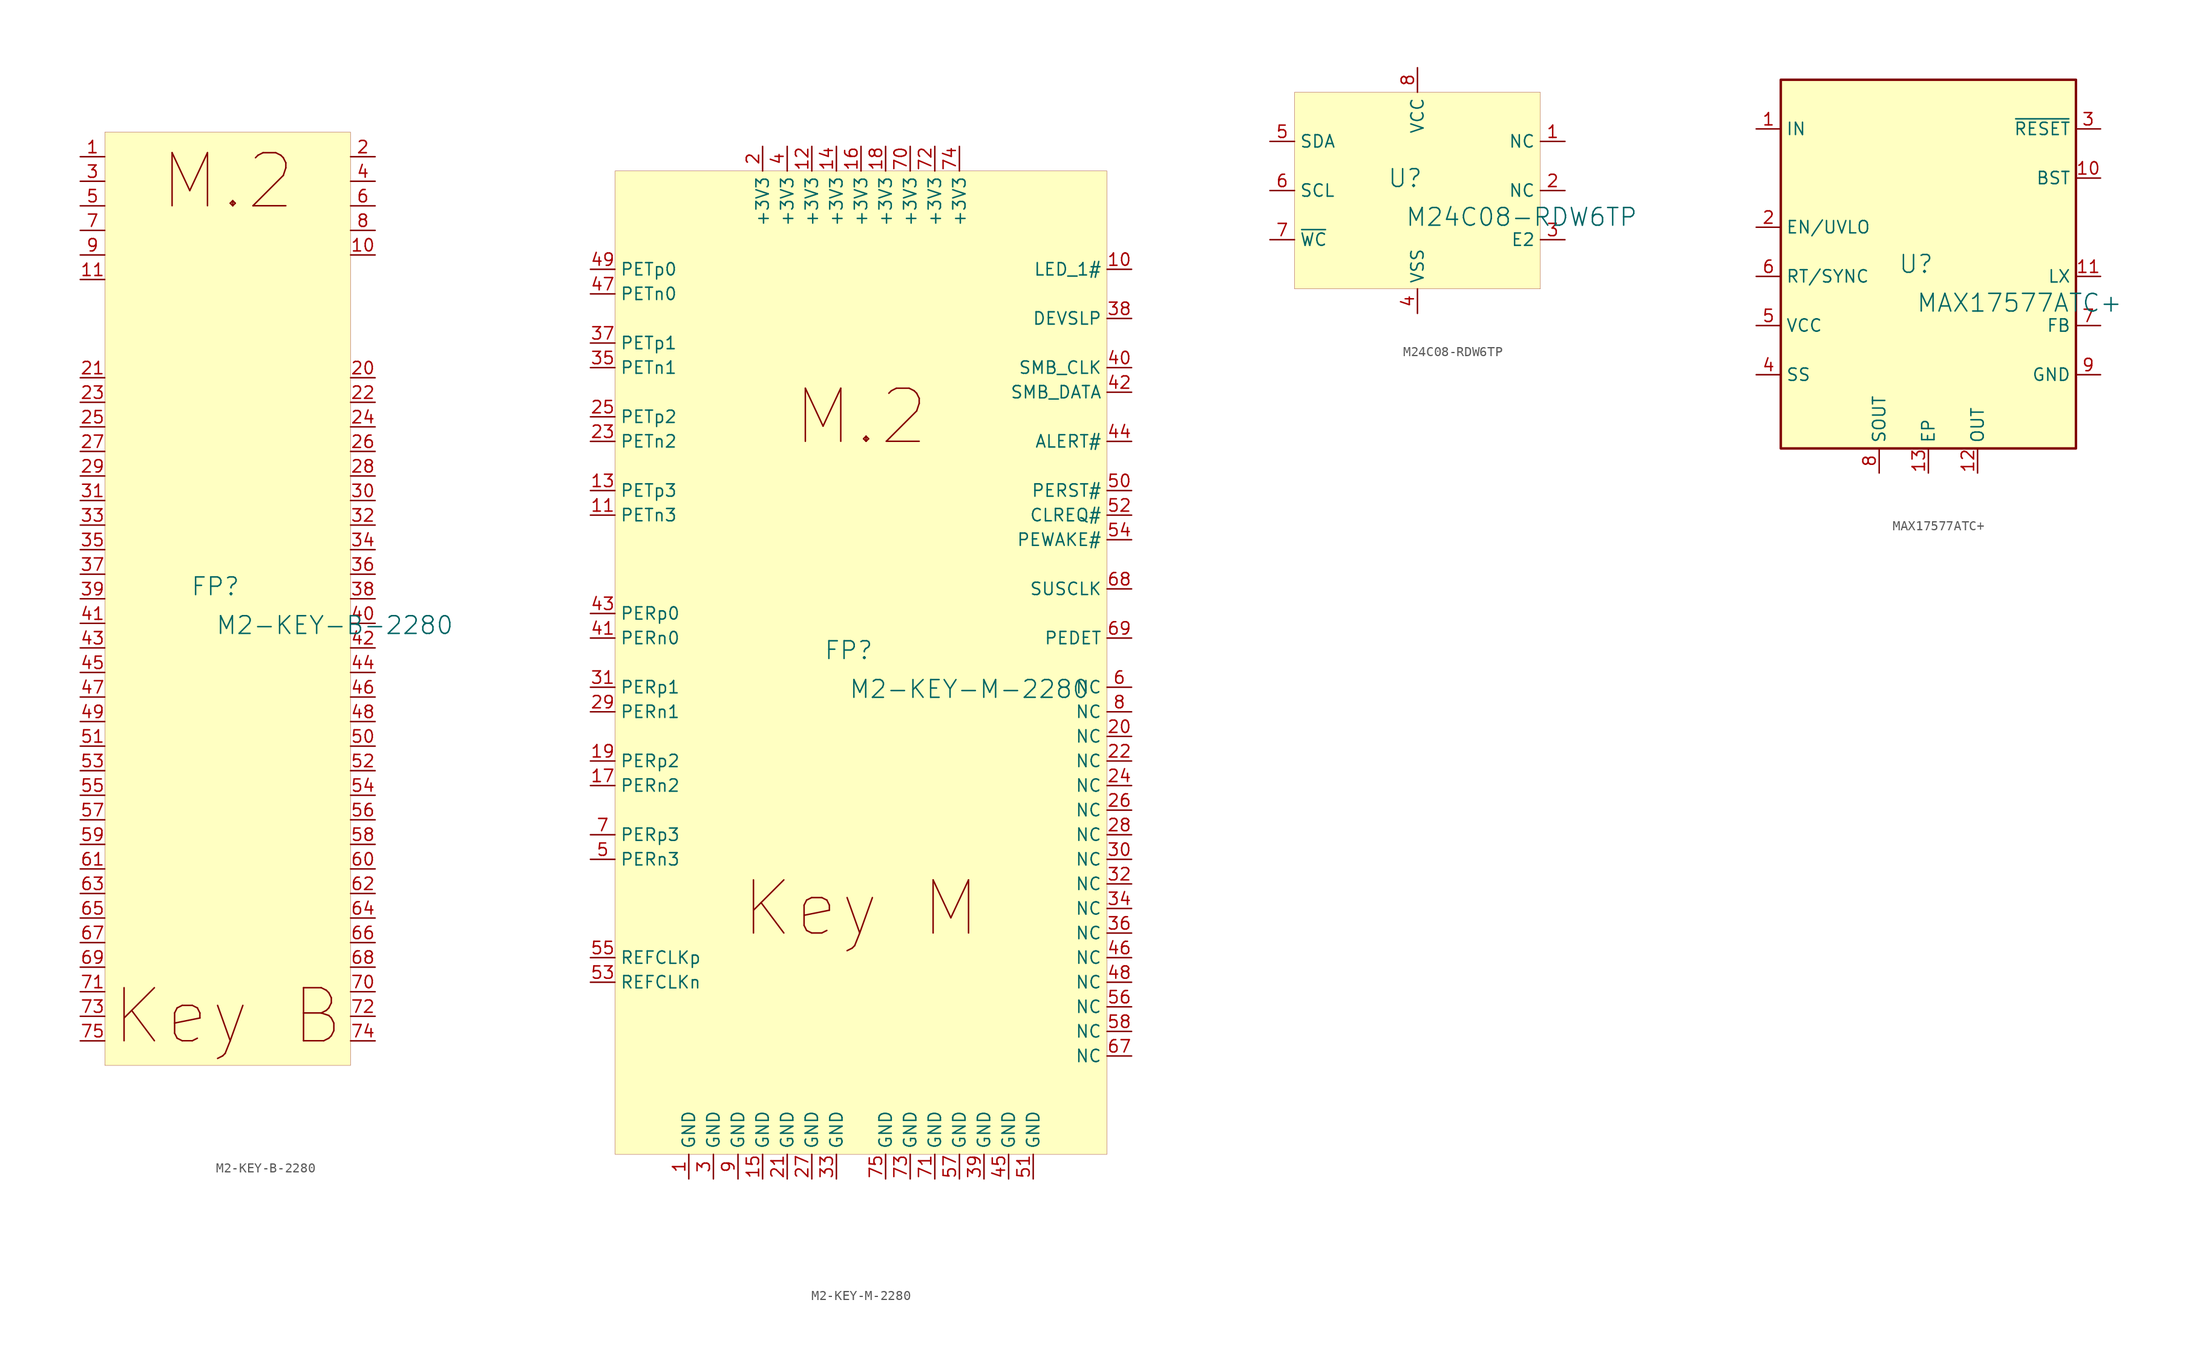
<source format=kicad_sym>
(kicad_symbol_lib
  (version 20231120)
  (generator "kicad_symbol_editor")
  (generator_version "8.0")
  (symbol "M2-KEY-B-2280"
    (property "Reference" "FP"
      (at -1.27 1.27 0)
      (effects (font (size 1.829 1.829))))
    (property "Value" "M2-KEY-B-2280"
      (at -1.27 -3.81 0)
      (effects (font (size 1.829 1.829)) (justify left bottom)))
    (symbol "M2-KEY-B-2280_1_0"
      (rectangle (start 12.7 48.26) (end -12.7 -48.26) (stroke (width 0.025) (type solid) (color 128 0 0 1)) (fill (type background)))
      (text "Key B" (at 0 -43.18 0) (effects (font (size 5.486 5.486))))
      (text "M.2" (at 0 43.18 0) (effects (font (size 5.486 5.486))))
      (pin passive line (at -15.24 45.72 0) (length 2.54) (name "" (effects (font (size 0 0)))) (number "1" (effects (font (size 1.27 1.27)))))
      (pin passive line (at 15.24 35.56 180) (length 2.54) (name "" (effects (font (size 0 0)))) (number "10" (effects (font (size 1.27 1.27)))))
      (pin passive line (at -15.24 33.02 0) (length 2.54) (name "" (effects (font (size 0 0)))) (number "11" (effects (font (size 1.27 1.27)))))
      (pin passive line (at 15.24 45.72 180) (length 2.54) (name "" (effects (font (size 0 0)))) (number "2" (effects (font (size 1.27 1.27)))))
      (pin passive line (at 15.24 22.86 180) (length 2.54) (name "" (effects (font (size 0 0)))) (number "20" (effects (font (size 1.27 1.27)))))
      (pin passive line (at -15.24 22.86 0) (length 2.54) (name "" (effects (font (size 0 0)))) (number "21" (effects (font (size 1.27 1.27)))))
      (pin passive line (at 15.24 20.32 180) (length 2.54) (name "" (effects (font (size 0 0)))) (number "22" (effects (font (size 1.27 1.27)))))
      (pin passive line (at -15.24 20.32 0) (length 2.54) (name "" (effects (font (size 0 0)))) (number "23" (effects (font (size 1.27 1.27)))))
      (pin passive line (at 15.24 17.78 180) (length 2.54) (name "" (effects (font (size 0 0)))) (number "24" (effects (font (size 1.27 1.27)))))
      (pin passive line (at -15.24 17.78 0) (length 2.54) (name "" (effects (font (size 0 0)))) (number "25" (effects (font (size 1.27 1.27)))))
      (pin passive line (at 15.24 15.24 180) (length 2.54) (name "" (effects (font (size 0 0)))) (number "26" (effects (font (size 1.27 1.27)))))
      (pin passive line (at -15.24 15.24 0) (length 2.54) (name "" (effects (font (size 0 0)))) (number "27" (effects (font (size 1.27 1.27)))))
      (pin passive line (at 15.24 12.7 180) (length 2.54) (name "" (effects (font (size 0 0)))) (number "28" (effects (font (size 1.27 1.27)))))
      (pin passive line (at -15.24 12.7 0) (length 2.54) (name "" (effects (font (size 0 0)))) (number "29" (effects (font (size 1.27 1.27)))))
      (pin passive line (at -15.24 43.18 0) (length 2.54) (name "" (effects (font (size 0 0)))) (number "3" (effects (font (size 1.27 1.27)))))
      (pin passive line (at 15.24 10.16 180) (length 2.54) (name "" (effects (font (size 0 0)))) (number "30" (effects (font (size 1.27 1.27)))))
      (pin passive line (at -15.24 10.16 0) (length 2.54) (name "" (effects (font (size 0 0)))) (number "31" (effects (font (size 1.27 1.27)))))
      (pin passive line (at 15.24 7.62 180) (length 2.54) (name "" (effects (font (size 0 0)))) (number "32" (effects (font (size 1.27 1.27)))))
      (pin passive line (at -15.24 7.62 0) (length 2.54) (name "" (effects (font (size 0 0)))) (number "33" (effects (font (size 1.27 1.27)))))
      (pin passive line (at 15.24 5.08 180) (length 2.54) (name "" (effects (font (size 0 0)))) (number "34" (effects (font (size 1.27 1.27)))))
      (pin passive line (at -15.24 5.08 0) (length 2.54) (name "" (effects (font (size 0 0)))) (number "35" (effects (font (size 1.27 1.27)))))
      (pin passive line (at 15.24 2.54 180) (length 2.54) (name "" (effects (font (size 0 0)))) (number "36" (effects (font (size 1.27 1.27)))))
      (pin passive line (at -15.24 2.54 0) (length 2.54) (name "" (effects (font (size 0 0)))) (number "37" (effects (font (size 1.27 1.27)))))
      (pin passive line (at 15.24 0 180) (length 2.54) (name "" (effects (font (size 0 0)))) (number "38" (effects (font (size 1.27 1.27)))))
      (pin passive line (at -15.24 0 0) (length 2.54) (name "" (effects (font (size 0 0)))) (number "39" (effects (font (size 1.27 1.27)))))
      (pin passive line (at 15.24 43.18 180) (length 2.54) (name "" (effects (font (size 0 0)))) (number "4" (effects (font (size 1.27 1.27)))))
      (pin passive line (at 15.24 -2.54 180) (length 2.54) (name "" (effects (font (size 0 0)))) (number "40" (effects (font (size 1.27 1.27)))))
      (pin passive line (at -15.24 -2.54 0) (length 2.54) (name "" (effects (font (size 0 0)))) (number "41" (effects (font (size 1.27 1.27)))))
      (pin passive line (at 15.24 -5.08 180) (length 2.54) (name "" (effects (font (size 0 0)))) (number "42" (effects (font (size 1.27 1.27)))))
      (pin passive line (at -15.24 -5.08 0) (length 2.54) (name "" (effects (font (size 0 0)))) (number "43" (effects (font (size 1.27 1.27)))))
      (pin passive line (at 15.24 -7.62 180) (length 2.54) (name "" (effects (font (size 0 0)))) (number "44" (effects (font (size 1.27 1.27)))))
      (pin passive line (at -15.24 -7.62 0) (length 2.54) (name "" (effects (font (size 0 0)))) (number "45" (effects (font (size 1.27 1.27)))))
      (pin passive line (at 15.24 -10.16 180) (length 2.54) (name "" (effects (font (size 0 0)))) (number "46" (effects (font (size 1.27 1.27)))))
      (pin passive line (at -15.24 -10.16 0) (length 2.54) (name "" (effects (font (size 0 0)))) (number "47" (effects (font (size 1.27 1.27)))))
      (pin passive line (at 15.24 -12.7 180) (length 2.54) (name "" (effects (font (size 0 0)))) (number "48" (effects (font (size 1.27 1.27)))))
      (pin passive line (at -15.24 -12.7 0) (length 2.54) (name "" (effects (font (size 0 0)))) (number "49" (effects (font (size 1.27 1.27)))))
      (pin passive line (at -15.24 40.64 0) (length 2.54) (name "" (effects (font (size 0 0)))) (number "5" (effects (font (size 1.27 1.27)))))
      (pin passive line (at 15.24 -15.24 180) (length 2.54) (name "" (effects (font (size 0 0)))) (number "50" (effects (font (size 1.27 1.27)))))
      (pin passive line (at -15.24 -15.24 0) (length 2.54) (name "" (effects (font (size 0 0)))) (number "51" (effects (font (size 1.27 1.27)))))
      (pin passive line (at 15.24 -17.78 180) (length 2.54) (name "" (effects (font (size 0 0)))) (number "52" (effects (font (size 1.27 1.27)))))
      (pin passive line (at -15.24 -17.78 0) (length 2.54) (name "" (effects (font (size 0 0)))) (number "53" (effects (font (size 1.27 1.27)))))
      (pin passive line (at 15.24 -20.32 180) (length 2.54) (name "" (effects (font (size 0 0)))) (number "54" (effects (font (size 1.27 1.27)))))
      (pin passive line (at -15.24 -20.32 0) (length 2.54) (name "" (effects (font (size 0 0)))) (number "55" (effects (font (size 1.27 1.27)))))
      (pin passive line (at 15.24 -22.86 180) (length 2.54) (name "" (effects (font (size 0 0)))) (number "56" (effects (font (size 1.27 1.27)))))
      (pin passive line (at -15.24 -22.86 0) (length 2.54) (name "" (effects (font (size 0 0)))) (number "57" (effects (font (size 1.27 1.27)))))
      (pin passive line (at 15.24 -25.4 180) (length 2.54) (name "" (effects (font (size 0 0)))) (number "58" (effects (font (size 1.27 1.27)))))
      (pin passive line (at -15.24 -25.4 0) (length 2.54) (name "" (effects (font (size 0 0)))) (number "59" (effects (font (size 1.27 1.27)))))
      (pin passive line (at 15.24 40.64 180) (length 2.54) (name "" (effects (font (size 0 0)))) (number "6" (effects (font (size 1.27 1.27)))))
      (pin passive line (at 15.24 -27.94 180) (length 2.54) (name "" (effects (font (size 0 0)))) (number "60" (effects (font (size 1.27 1.27)))))
      (pin passive line (at -15.24 -27.94 0) (length 2.54) (name "" (effects (font (size 0 0)))) (number "61" (effects (font (size 1.27 1.27)))))
      (pin passive line (at 15.24 -30.48 180) (length 2.54) (name "" (effects (font (size 0 0)))) (number "62" (effects (font (size 1.27 1.27)))))
      (pin passive line (at -15.24 -30.48 0) (length 2.54) (name "" (effects (font (size 0 0)))) (number "63" (effects (font (size 1.27 1.27)))))
      (pin passive line (at 15.24 -33.02 180) (length 2.54) (name "" (effects (font (size 0 0)))) (number "64" (effects (font (size 1.27 1.27)))))
      (pin passive line (at -15.24 -33.02 0) (length 2.54) (name "" (effects (font (size 0 0)))) (number "65" (effects (font (size 1.27 1.27)))))
      (pin passive line (at 15.24 -35.56 180) (length 2.54) (name "" (effects (font (size 0 0)))) (number "66" (effects (font (size 1.27 1.27)))))
      (pin passive line (at -15.24 -35.56 0) (length 2.54) (name "" (effects (font (size 0 0)))) (number "67" (effects (font (size 1.27 1.27)))))
      (pin passive line (at 15.24 -38.1 180) (length 2.54) (name "" (effects (font (size 0 0)))) (number "68" (effects (font (size 1.27 1.27)))))
      (pin passive line (at -15.24 -38.1 0) (length 2.54) (name "" (effects (font (size 0 0)))) (number "69" (effects (font (size 1.27 1.27)))))
      (pin passive line (at -15.24 38.1 0) (length 2.54) (name "" (effects (font (size 0 0)))) (number "7" (effects (font (size 1.27 1.27)))))
      (pin passive line (at 15.24 -40.64 180) (length 2.54) (name "" (effects (font (size 0 0)))) (number "70" (effects (font (size 1.27 1.27)))))
      (pin passive line (at -15.24 -40.64 0) (length 2.54) (name "" (effects (font (size 0 0)))) (number "71" (effects (font (size 1.27 1.27)))))
      (pin passive line (at 15.24 -43.18 180) (length 2.54) (name "" (effects (font (size 0 0)))) (number "72" (effects (font (size 1.27 1.27)))))
      (pin passive line (at -15.24 -43.18 0) (length 2.54) (name "" (effects (font (size 0 0)))) (number "73" (effects (font (size 1.27 1.27)))))
      (pin passive line (at 15.24 -45.72 180) (length 2.54) (name "" (effects (font (size 0 0)))) (number "74" (effects (font (size 1.27 1.27)))))
      (pin passive line (at -15.24 -45.72 0) (length 2.54) (name "" (effects (font (size 0 0)))) (number "75" (effects (font (size 1.27 1.27)))))
      (pin passive line (at 15.24 38.1 180) (length 2.54) (name "" (effects (font (size 0 0)))) (number "8" (effects (font (size 1.27 1.27)))))
      (pin passive line (at -15.24 35.56 0) (length 2.54) (name "" (effects (font (size 0 0)))) (number "9" (effects (font (size 1.27 1.27)))))))
  (symbol "M2-KEY-M-2280"
    (property "Reference" "FP"
      (at -1.27 1.27 0)
      (effects (font (size 1.829 1.829))))
    (property "Value" "M2-KEY-M-2280"
      (at -1.27 -3.81 0)
      (effects (font (size 1.829 1.829)) (justify left bottom)))
    (symbol "M2-KEY-M-2280_1_0"
      (rectangle (start 25.4 50.8) (end -25.4 -50.8) (stroke (width 0.025) (type solid) (color 128 0 0 1)) (fill (type background)))
      (text "Key M" (at 0 -25.4 0) (effects (font (size 5.486 5.486))))
      (text "M.2" (at 0 25.4 0) (effects (font (size 5.486 5.486))))
      (pin power_in line (at -17.78 -53.34 90) (length 2.54) (name "GND" (effects (font (size 1.27 1.27)))) (number "1" (effects (font (size 1.27 1.27)))))
      (pin passive line (at 27.94 40.64 180) (length 2.54) (name "LED_1#" (effects (font (size 1.27 1.27)))) (number "10" (effects (font (size 1.27 1.27)))))
      (pin input line (at -27.94 15.24 0) (length 2.54) (name "PETn3" (effects (font (size 1.27 1.27)))) (number "11" (effects (font (size 1.27 1.27)))))
      (pin power_in line (at -5.08 53.34 270) (length 2.54) (name "+3V3" (effects (font (size 1.27 1.27)))) (number "12" (effects (font (size 1.27 1.27)))))
      (pin input line (at -27.94 17.78 0) (length 2.54) (name "PETp3" (effects (font (size 1.27 1.27)))) (number "13" (effects (font (size 1.27 1.27)))))
      (pin power_in line (at -2.54 53.34 270) (length 2.54) (name "+3V3" (effects (font (size 1.27 1.27)))) (number "14" (effects (font (size 1.27 1.27)))))
      (pin power_in line (at -10.16 -53.34 90) (length 2.54) (name "GND" (effects (font (size 1.27 1.27)))) (number "15" (effects (font (size 1.27 1.27)))))
      (pin power_in line (at 0 53.34 270) (length 2.54) (name "+3V3" (effects (font (size 1.27 1.27)))) (number "16" (effects (font (size 1.27 1.27)))))
      (pin output line (at -27.94 -12.7 0) (length 2.54) (name "PERn2" (effects (font (size 1.27 1.27)))) (number "17" (effects (font (size 1.27 1.27)))))
      (pin power_in line (at 2.54 53.34 270) (length 2.54) (name "+3V3" (effects (font (size 1.27 1.27)))) (number "18" (effects (font (size 1.27 1.27)))))
      (pin output line (at -27.94 -10.16 0) (length 2.54) (name "PERp2" (effects (font (size 1.27 1.27)))) (number "19" (effects (font (size 1.27 1.27)))))
      (pin power_in line (at -10.16 53.34 270) (length 2.54) (name "+3V3" (effects (font (size 1.27 1.27)))) (number "2" (effects (font (size 1.27 1.27)))))
      (pin passive line (at 27.94 -7.62 180) (length 2.54) (name "NC" (effects (font (size 1.27 1.27)))) (number "20" (effects (font (size 1.27 1.27)))))
      (pin power_in line (at -7.62 -53.34 90) (length 2.54) (name "GND" (effects (font (size 1.27 1.27)))) (number "21" (effects (font (size 1.27 1.27)))))
      (pin passive line (at 27.94 -10.16 180) (length 2.54) (name "NC" (effects (font (size 1.27 1.27)))) (number "22" (effects (font (size 1.27 1.27)))))
      (pin input line (at -27.94 22.86 0) (length 2.54) (name "PETn2" (effects (font (size 1.27 1.27)))) (number "23" (effects (font (size 1.27 1.27)))))
      (pin passive line (at 27.94 -12.7 180) (length 2.54) (name "NC" (effects (font (size 1.27 1.27)))) (number "24" (effects (font (size 1.27 1.27)))))
      (pin input line (at -27.94 25.4 0) (length 2.54) (name "PETp2" (effects (font (size 1.27 1.27)))) (number "25" (effects (font (size 1.27 1.27)))))
      (pin passive line (at 27.94 -15.24 180) (length 2.54) (name "NC" (effects (font (size 1.27 1.27)))) (number "26" (effects (font (size 1.27 1.27)))))
      (pin power_in line (at -5.08 -53.34 90) (length 2.54) (name "GND" (effects (font (size 1.27 1.27)))) (number "27" (effects (font (size 1.27 1.27)))))
      (pin passive line (at 27.94 -17.78 180) (length 2.54) (name "NC" (effects (font (size 1.27 1.27)))) (number "28" (effects (font (size 1.27 1.27)))))
      (pin output line (at -27.94 -5.08 0) (length 2.54) (name "PERn1" (effects (font (size 1.27 1.27)))) (number "29" (effects (font (size 1.27 1.27)))))
      (pin power_in line (at -15.24 -53.34 90) (length 2.54) (name "GND" (effects (font (size 1.27 1.27)))) (number "3" (effects (font (size 1.27 1.27)))))
      (pin passive line (at 27.94 -20.32 180) (length 2.54) (name "NC" (effects (font (size 1.27 1.27)))) (number "30" (effects (font (size 1.27 1.27)))))
      (pin output line (at -27.94 -2.54 0) (length 2.54) (name "PERp1" (effects (font (size 1.27 1.27)))) (number "31" (effects (font (size 1.27 1.27)))))
      (pin passive line (at 27.94 -22.86 180) (length 2.54) (name "NC" (effects (font (size 1.27 1.27)))) (number "32" (effects (font (size 1.27 1.27)))))
      (pin power_in line (at -2.54 -53.34 90) (length 2.54) (name "GND" (effects (font (size 1.27 1.27)))) (number "33" (effects (font (size 1.27 1.27)))))
      (pin passive line (at 27.94 -25.4 180) (length 2.54) (name "NC" (effects (font (size 1.27 1.27)))) (number "34" (effects (font (size 1.27 1.27)))))
      (pin input line (at -27.94 30.48 0) (length 2.54) (name "PETn1" (effects (font (size 1.27 1.27)))) (number "35" (effects (font (size 1.27 1.27)))))
      (pin passive line (at 27.94 -27.94 180) (length 2.54) (name "NC" (effects (font (size 1.27 1.27)))) (number "36" (effects (font (size 1.27 1.27)))))
      (pin input line (at -27.94 33.02 0) (length 2.54) (name "PETp1" (effects (font (size 1.27 1.27)))) (number "37" (effects (font (size 1.27 1.27)))))
      (pin passive line (at 27.94 35.56 180) (length 2.54) (name "DEVSLP" (effects (font (size 1.27 1.27)))) (number "38" (effects (font (size 1.27 1.27)))))
      (pin power_in line (at 12.7 -53.34 90) (length 2.54) (name "GND" (effects (font (size 1.27 1.27)))) (number "39" (effects (font (size 1.27 1.27)))))
      (pin power_in line (at -7.62 53.34 270) (length 2.54) (name "+3V3" (effects (font (size 1.27 1.27)))) (number "4" (effects (font (size 1.27 1.27)))))
      (pin output line (at 27.94 30.48 180) (length 2.54) (name "SMB_CLK" (effects (font (size 1.27 1.27)))) (number "40" (effects (font (size 1.27 1.27)))))
      (pin output line (at -27.94 2.54 0) (length 2.54) (name "PERn0" (effects (font (size 1.27 1.27)))) (number "41" (effects (font (size 1.27 1.27)))))
      (pin bidirectional line (at 27.94 27.94 180) (length 2.54) (name "SMB_DATA" (effects (font (size 1.27 1.27)))) (number "42" (effects (font (size 1.27 1.27)))))
      (pin output line (at -27.94 5.08 0) (length 2.54) (name "PERp0" (effects (font (size 1.27 1.27)))) (number "43" (effects (font (size 1.27 1.27)))))
      (pin passive line (at 27.94 22.86 180) (length 2.54) (name "ALERT#" (effects (font (size 1.27 1.27)))) (number "44" (effects (font (size 1.27 1.27)))))
      (pin power_in line (at 15.24 -53.34 90) (length 2.54) (name "GND" (effects (font (size 1.27 1.27)))) (number "45" (effects (font (size 1.27 1.27)))))
      (pin passive line (at 27.94 -30.48 180) (length 2.54) (name "NC" (effects (font (size 1.27 1.27)))) (number "46" (effects (font (size 1.27 1.27)))))
      (pin input line (at -27.94 38.1 0) (length 2.54) (name "PETn0" (effects (font (size 1.27 1.27)))) (number "47" (effects (font (size 1.27 1.27)))))
      (pin passive line (at 27.94 -33.02 180) (length 2.54) (name "NC" (effects (font (size 1.27 1.27)))) (number "48" (effects (font (size 1.27 1.27)))))
      (pin input line (at -27.94 40.64 0) (length 2.54) (name "PETp0" (effects (font (size 1.27 1.27)))) (number "49" (effects (font (size 1.27 1.27)))))
      (pin output line (at -27.94 -20.32 0) (length 2.54) (name "PERn3" (effects (font (size 1.27 1.27)))) (number "5" (effects (font (size 1.27 1.27)))))
      (pin passive line (at 27.94 17.78 180) (length 2.54) (name "PERST#" (effects (font (size 1.27 1.27)))) (number "50" (effects (font (size 1.27 1.27)))))
      (pin power_in line (at 17.78 -53.34 90) (length 2.54) (name "GND" (effects (font (size 1.27 1.27)))) (number "51" (effects (font (size 1.27 1.27)))))
      (pin passive line (at 27.94 15.24 180) (length 2.54) (name "CLREQ#" (effects (font (size 1.27 1.27)))) (number "52" (effects (font (size 1.27 1.27)))))
      (pin output line (at -27.94 -33.02 0) (length 2.54) (name "REFCLKn" (effects (font (size 1.27 1.27)))) (number "53" (effects (font (size 1.27 1.27)))))
      (pin passive line (at 27.94 12.7 180) (length 2.54) (name "PEWAKE#" (effects (font (size 1.27 1.27)))) (number "54" (effects (font (size 1.27 1.27)))))
      (pin output line (at -27.94 -30.48 0) (length 2.54) (name "REFCLKp" (effects (font (size 1.27 1.27)))) (number "55" (effects (font (size 1.27 1.27)))))
      (pin passive line (at 27.94 -35.56 180) (length 2.54) (name "NC" (effects (font (size 1.27 1.27)))) (number "56" (effects (font (size 1.27 1.27)))))
      (pin power_in line (at 10.16 -53.34 90) (length 2.54) (name "GND" (effects (font (size 1.27 1.27)))) (number "57" (effects (font (size 1.27 1.27)))))
      (pin passive line (at 27.94 -38.1 180) (length 2.54) (name "NC" (effects (font (size 1.27 1.27)))) (number "58" (effects (font (size 1.27 1.27)))))
      (pin passive line (at 27.94 -2.54 180) (length 2.54) (name "NC" (effects (font (size 1.27 1.27)))) (number "6" (effects (font (size 1.27 1.27)))))
      (pin passive line (at 27.94 -40.64 180) (length 2.54) (name "NC" (effects (font (size 1.27 1.27)))) (number "67" (effects (font (size 1.27 1.27)))))
      (pin output line (at 27.94 7.62 180) (length 2.54) (name "SUSCLK" (effects (font (size 1.27 1.27)))) (number "68" (effects (font (size 1.27 1.27)))))
      (pin passive line (at 27.94 2.54 180) (length 2.54) (name "PEDET" (effects (font (size 1.27 1.27)))) (number "69" (effects (font (size 1.27 1.27)))))
      (pin output line (at -27.94 -17.78 0) (length 2.54) (name "PERp3" (effects (font (size 1.27 1.27)))) (number "7" (effects (font (size 1.27 1.27)))))
      (pin power_in line (at 5.08 53.34 270) (length 2.54) (name "+3V3" (effects (font (size 1.27 1.27)))) (number "70" (effects (font (size 1.27 1.27)))))
      (pin power_in line (at 7.62 -53.34 90) (length 2.54) (name "GND" (effects (font (size 1.27 1.27)))) (number "71" (effects (font (size 1.27 1.27)))))
      (pin power_in line (at 7.62 53.34 270) (length 2.54) (name "+3V3" (effects (font (size 1.27 1.27)))) (number "72" (effects (font (size 1.27 1.27)))))
      (pin power_in line (at 5.08 -53.34 90) (length 2.54) (name "GND" (effects (font (size 1.27 1.27)))) (number "73" (effects (font (size 1.27 1.27)))))
      (pin power_in line (at 10.16 53.34 270) (length 2.54) (name "+3V3" (effects (font (size 1.27 1.27)))) (number "74" (effects (font (size 1.27 1.27)))))
      (pin power_in line (at 2.54 -53.34 90) (length 2.54) (name "GND" (effects (font (size 1.27 1.27)))) (number "75" (effects (font (size 1.27 1.27)))))
      (pin passive line (at 27.94 -5.08 180) (length 2.54) (name "NC" (effects (font (size 1.27 1.27)))) (number "8" (effects (font (size 1.27 1.27)))))
      (pin power_in line (at -12.7 -53.34 90) (length 2.54) (name "GND" (effects (font (size 1.27 1.27)))) (number "9" (effects (font (size 1.27 1.27)))))))
  (symbol "M24C08-RDW6TP"
    (property "Reference" "U"
      (at -1.27 1.27 0)
      (effects (font (size 1.829 1.829))))
    (property "Value" "M24C08-RDW6TP"
      (at -1.27 -3.81 0)
      (effects (font (size 1.829 1.829)) (justify left bottom)))
    (symbol "M24C08-RDW6TP_1_0"
      (rectangle (start 12.7 10.16) (end -12.7 -10.16) (stroke (width 0.025) (type solid) (color 128 0 0 1)) (fill (type background)))
      (pin passive line (at 15.24 5.08 180) (length 2.54) (name "NC" (effects (font (size 1.27 1.27)))) (number "1" (effects (font (size 1.27 1.27)))))
      (pin passive line (at 15.24 0 180) (length 2.54) (name "NC" (effects (font (size 1.27 1.27)))) (number "2" (effects (font (size 1.27 1.27)))))
      (pin passive line (at 15.24 -5.08 180) (length 2.54) (name "E2" (effects (font (size 1.27 1.27)))) (number "3" (effects (font (size 1.27 1.27)))))
      (pin passive line (at 0 -12.7 90) (length 2.54) (name "VSS" (effects (font (size 1.27 1.27)))) (number "4" (effects (font (size 1.27 1.27)))))
      (pin passive line (at -15.24 5.08 0) (length 2.54) (name "SDA" (effects (font (size 1.27 1.27)))) (number "5" (effects (font (size 1.27 1.27)))))
      (pin passive line (at -15.24 0 0) (length 2.54) (name "SCL" (effects (font (size 1.27 1.27)))) (number "6" (effects (font (size 1.27 1.27)))))
      (pin passive line (at -15.24 -5.08 0) (length 2.54) (name "~{WC}" (effects (font (size 1.27 1.27)))) (number "7" (effects (font (size 1.27 1.27)))))
      (pin passive line (at 0 12.7 270) (length 2.54) (name "VCC" (effects (font (size 1.27 1.27)))) (number "8" (effects (font (size 1.27 1.27)))))))
  (symbol "MAX17577ATC+"
    (property "Reference" "U"
      (at -1.27 1.27 0)
      (effects (font (size 1.829 1.829))))
    (property "Value" "MAX17577ATC+"
      (at -1.27 -3.81 0)
      (effects (font (size 1.829 1.829)) (justify left bottom)))
    (symbol "MAX17577ATC+_1_0"
      (rectangle (start 15.24 20.32) (end -15.24 -17.78) (stroke (width 0.254) (type solid) (color 128 0 0 1)) (fill (type background)))
      (pin passive line (at -17.78 15.24 0) (length 2.54) (name "IN" (effects (font (size 1.27 1.27)))) (number "1" (effects (font (size 1.27 1.27)))))
      (pin passive line (at 17.78 10.16 180) (length 2.54) (name "BST" (effects (font (size 1.27 1.27)))) (number "10" (effects (font (size 1.27 1.27)))))
      (pin passive line (at 17.78 0 180) (length 2.54) (name "LX" (effects (font (size 1.27 1.27)))) (number "11" (effects (font (size 1.27 1.27)))))
      (pin passive line (at 5.08 -20.32 90) (length 2.54) (name "OUT" (effects (font (size 1.27 1.27)))) (number "12" (effects (font (size 1.27 1.27)))))
      (pin passive line (at 0 -20.32 90) (length 2.54) (name "EP" (effects (font (size 1.27 1.27)))) (number "13" (effects (font (size 1.27 1.27)))))
      (pin passive line (at -17.78 5.08 0) (length 2.54) (name "EN/UVLO" (effects (font (size 1.27 1.27)))) (number "2" (effects (font (size 1.27 1.27)))))
      (pin passive line (at 17.78 15.24 180) (length 2.54) (name "~{RESET}" (effects (font (size 1.27 1.27)))) (number "3" (effects (font (size 1.27 1.27)))))
      (pin passive line (at -17.78 -10.16 0) (length 2.54) (name "SS" (effects (font (size 1.27 1.27)))) (number "4" (effects (font (size 1.27 1.27)))))
      (pin passive line (at -17.78 -5.08 0) (length 2.54) (name "VCC" (effects (font (size 1.27 1.27)))) (number "5" (effects (font (size 1.27 1.27)))))
      (pin passive line (at -17.78 0 0) (length 2.54) (name "RT/SYNC" (effects (font (size 1.27 1.27)))) (number "6" (effects (font (size 1.27 1.27)))))
      (pin passive line (at 17.78 -5.08 180) (length 2.54) (name "FB" (effects (font (size 1.27 1.27)))) (number "7" (effects (font (size 1.27 1.27)))))
      (pin passive line (at -5.08 -20.32 90) (length 2.54) (name "SOUT" (effects (font (size 1.27 1.27)))) (number "8" (effects (font (size 1.27 1.27)))))
      (pin passive line (at 17.78 -10.16 180) (length 2.54) (name "GND" (effects (font (size 1.27 1.27)))) (number "9" (effects (font (size 1.27 1.27))))))))
</source>
